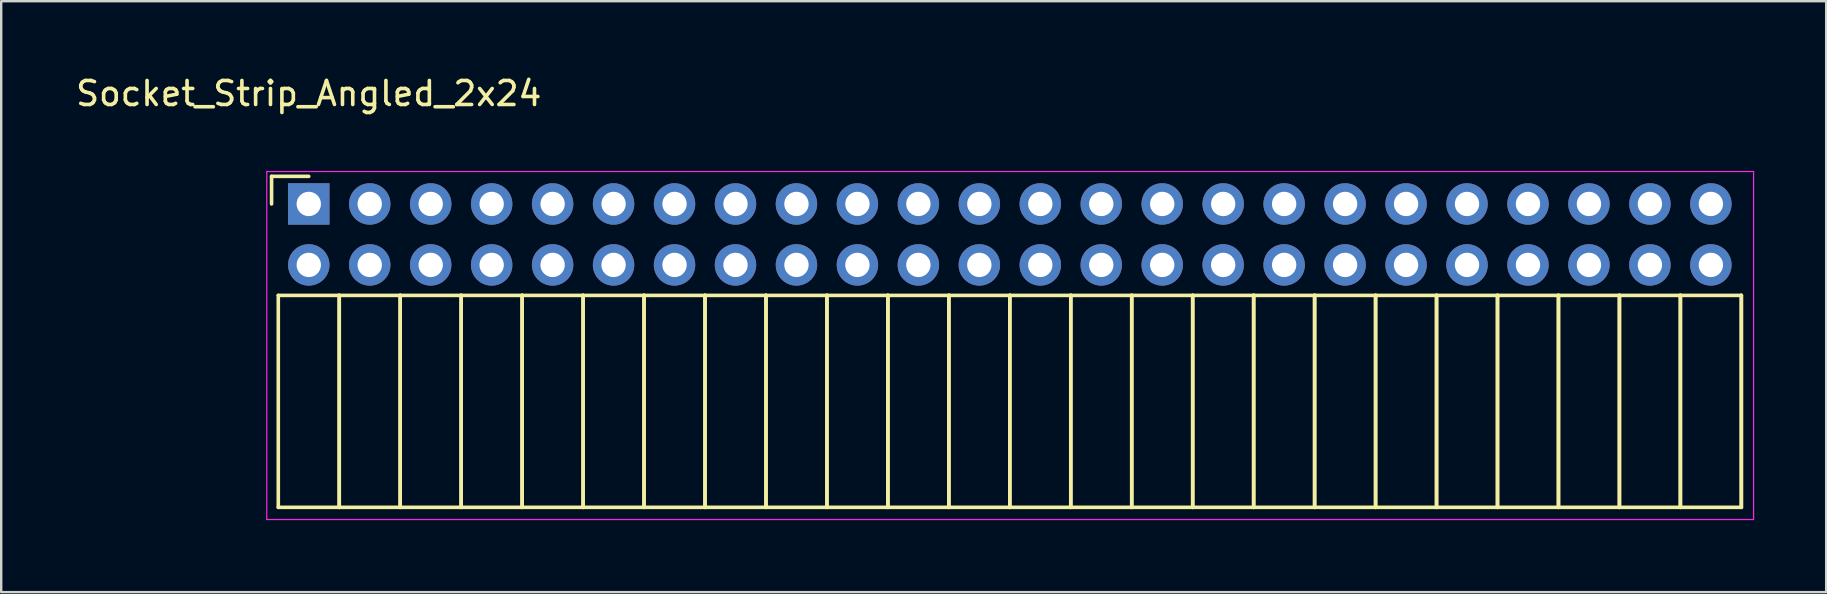
<source format=kicad_pcb>
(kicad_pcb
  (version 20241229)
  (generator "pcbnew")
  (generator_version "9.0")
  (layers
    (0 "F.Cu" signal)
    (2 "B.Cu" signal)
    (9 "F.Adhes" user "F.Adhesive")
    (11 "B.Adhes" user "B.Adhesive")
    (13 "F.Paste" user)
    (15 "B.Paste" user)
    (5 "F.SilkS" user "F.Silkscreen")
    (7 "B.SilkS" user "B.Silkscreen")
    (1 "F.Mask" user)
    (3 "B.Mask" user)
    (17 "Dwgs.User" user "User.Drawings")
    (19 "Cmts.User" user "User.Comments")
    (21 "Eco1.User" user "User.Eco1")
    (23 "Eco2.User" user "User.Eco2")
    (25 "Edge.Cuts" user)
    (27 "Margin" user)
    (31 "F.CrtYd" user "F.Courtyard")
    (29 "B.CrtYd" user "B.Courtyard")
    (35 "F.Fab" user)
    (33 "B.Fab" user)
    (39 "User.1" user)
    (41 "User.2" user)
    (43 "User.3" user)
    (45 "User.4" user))
  (footprint "Socket_Strip_Angled_2x24"
    (layer "F.Cu")
    (at 9.815 5.448)
    (property "Reference" "Socket_Strip_Angled_2x24" (at 0 -4.6 0) (layer "F.SilkS") (effects (font (size 1 1) (thickness 0.15))))
    (attr through_hole)
    (fp_line (start -1.55 -1.15) (end -1.55 0) (stroke (width 0.15) (type solid)) (layer "F.SilkS"))
    (fp_line (start -1.27 3.81) (end -1.27 12.64) (stroke (width 0.15) (type solid)) (layer "F.SilkS"))
    (fp_line (start -1.27 3.81) (end 1.27 3.81) (stroke (width 0.15) (type solid)) (layer "F.SilkS"))
    (fp_line (start -1.27 12.64) (end 1.27 12.64) (stroke (width 0.15) (type solid)) (layer "F.SilkS"))
    (fp_line (start 0 -1.15) (end -1.55 -1.15) (stroke (width 0.15) (type solid)) (layer "F.SilkS"))
    (fp_line (start 1.27 3.81) (end 1.27 12.64) (stroke (width 0.15) (type solid)) (layer "F.SilkS"))
    (fp_line (start 1.27 3.81) (end 3.81 3.81) (stroke (width 0.15) (type solid)) (layer "F.SilkS"))
    (fp_line (start 1.27 12.64) (end 1.27 3.81) (stroke (width 0.15) (type solid)) (layer "F.SilkS"))
    (fp_line (start 1.27 12.64) (end 3.81 12.64) (stroke (width 0.15) (type solid)) (layer "F.SilkS"))
    (fp_line (start 3.81 3.81) (end 3.81 12.64) (stroke (width 0.15) (type solid)) (layer "F.SilkS"))
    (fp_line (start 3.81 3.81) (end 6.35 3.81) (stroke (width 0.15) (type solid)) (layer "F.SilkS"))
    (fp_line (start 3.81 12.64) (end 3.81 3.81) (stroke (width 0.15) (type solid)) (layer "F.SilkS"))
    (fp_line (start 3.81 12.64) (end 6.35 12.64) (stroke (width 0.15) (type solid)) (layer "F.SilkS"))
    (fp_line (start 6.35 3.81) (end 6.35 12.64) (stroke (width 0.15) (type solid)) (layer "F.SilkS"))
    (fp_line (start 6.35 3.81) (end 8.89 3.81) (stroke (width 0.15) (type solid)) (layer "F.SilkS"))
    (fp_line (start 6.35 12.64) (end 6.35 3.81) (stroke (width 0.15) (type solid)) (layer "F.SilkS"))
    (fp_line (start 6.35 12.64) (end 8.89 12.64) (stroke (width 0.15) (type solid)) (layer "F.SilkS"))
    (fp_line (start 8.89 3.81) (end 8.89 12.64) (stroke (width 0.15) (type solid)) (layer "F.SilkS"))
    (fp_line (start 8.89 3.81) (end 11.43 3.81) (stroke (width 0.15) (type solid)) (layer "F.SilkS"))
    (fp_line (start 8.89 12.64) (end 8.89 3.81) (stroke (width 0.15) (type solid)) (layer "F.SilkS"))
    (fp_line (start 8.89 12.64) (end 11.43 12.64) (stroke (width 0.15) (type solid)) (layer "F.SilkS"))
    (fp_line (start 11.43 3.81) (end 11.43 12.64) (stroke (width 0.15) (type solid)) (layer "F.SilkS"))
    (fp_line (start 11.43 3.81) (end 13.97 3.81) (stroke (width 0.15) (type solid)) (layer "F.SilkS"))
    (fp_line (start 11.43 12.64) (end 11.43 3.81) (stroke (width 0.15) (type solid)) (layer "F.SilkS"))
    (fp_line (start 11.43 12.64) (end 13.97 12.64) (stroke (width 0.15) (type solid)) (layer "F.SilkS"))
    (fp_line (start 13.97 3.81) (end 13.97 12.64) (stroke (width 0.15) (type solid)) (layer "F.SilkS"))
    (fp_line (start 13.97 3.81) (end 16.51 3.81) (stroke (width 0.15) (type solid)) (layer "F.SilkS"))
    (fp_line (start 13.97 12.64) (end 13.97 3.81) (stroke (width 0.15) (type solid)) (layer "F.SilkS"))
    (fp_line (start 13.97 12.64) (end 16.51 12.64) (stroke (width 0.15) (type solid)) (layer "F.SilkS"))
    (fp_line (start 16.51 3.81) (end 16.51 12.64) (stroke (width 0.15) (type solid)) (layer "F.SilkS"))
    (fp_line (start 16.51 3.81) (end 19.05 3.81) (stroke (width 0.15) (type solid)) (layer "F.SilkS"))
    (fp_line (start 16.51 12.64) (end 16.51 3.81) (stroke (width 0.15) (type solid)) (layer "F.SilkS"))
    (fp_line (start 16.51 12.64) (end 19.05 12.64) (stroke (width 0.15) (type solid)) (layer "F.SilkS"))
    (fp_line (start 19.05 3.81) (end 19.05 12.64) (stroke (width 0.15) (type solid)) (layer "F.SilkS"))
    (fp_line (start 19.05 3.81) (end 21.59 3.81) (stroke (width 0.15) (type solid)) (layer "F.SilkS"))
    (fp_line (start 19.05 12.64) (end 19.05 3.81) (stroke (width 0.15) (type solid)) (layer "F.SilkS"))
    (fp_line (start 19.05 12.64) (end 21.59 12.64) (stroke (width 0.15) (type solid)) (layer "F.SilkS"))
    (fp_line (start 21.59 3.81) (end 21.59 12.64) (stroke (width 0.15) (type solid)) (layer "F.SilkS"))
    (fp_line (start 21.59 3.81) (end 24.13 3.81) (stroke (width 0.15) (type solid)) (layer "F.SilkS"))
    (fp_line (start 21.59 12.64) (end 21.59 3.81) (stroke (width 0.15) (type solid)) (layer "F.SilkS"))
    (fp_line (start 21.59 12.64) (end 24.13 12.64) (stroke (width 0.15) (type solid)) (layer "F.SilkS"))
    (fp_line (start 24.13 3.81) (end 24.13 12.64) (stroke (width 0.15) (type solid)) (layer "F.SilkS"))
    (fp_line (start 24.13 3.81) (end 26.67 3.81) (stroke (width 0.15) (type solid)) (layer "F.SilkS"))
    (fp_line (start 24.13 12.64) (end 24.13 3.81) (stroke (width 0.15) (type solid)) (layer "F.SilkS"))
    (fp_line (start 24.13 12.64) (end 26.67 12.64) (stroke (width 0.15) (type solid)) (layer "F.SilkS"))
    (fp_line (start 26.67 3.81) (end 26.67 12.64) (stroke (width 0.15) (type solid)) (layer "F.SilkS"))
    (fp_line (start 26.67 3.81) (end 29.21 3.81) (stroke (width 0.15) (type solid)) (layer "F.SilkS"))
    (fp_line (start 26.67 12.64) (end 26.67 3.81) (stroke (width 0.15) (type solid)) (layer "F.SilkS"))
    (fp_line (start 26.67 12.64) (end 29.21 12.64) (stroke (width 0.15) (type solid)) (layer "F.SilkS"))
    (fp_line (start 29.21 3.81) (end 29.21 12.64) (stroke (width 0.15) (type solid)) (layer "F.SilkS"))
    (fp_line (start 29.21 3.81) (end 31.75 3.81) (stroke (width 0.15) (type solid)) (layer "F.SilkS"))
    (fp_line (start 29.21 12.64) (end 29.21 3.81) (stroke (width 0.15) (type solid)) (layer "F.SilkS"))
    (fp_line (start 29.21 12.64) (end 31.75 12.64) (stroke (width 0.15) (type solid)) (layer "F.SilkS"))
    (fp_line (start 31.75 3.81) (end 31.75 12.64) (stroke (width 0.15) (type solid)) (layer "F.SilkS"))
    (fp_line (start 31.75 3.81) (end 34.29 3.81) (stroke (width 0.15) (type solid)) (layer "F.SilkS"))
    (fp_line (start 31.75 12.64) (end 31.75 3.81) (stroke (width 0.15) (type solid)) (layer "F.SilkS"))
    (fp_line (start 31.75 12.64) (end 34.29 12.64) (stroke (width 0.15) (type solid)) (layer "F.SilkS"))
    (fp_line (start 34.29 3.81) (end 34.29 12.64) (stroke (width 0.15) (type solid)) (layer "F.SilkS"))
    (fp_line (start 34.29 3.81) (end 36.83 3.81) (stroke (width 0.15) (type solid)) (layer "F.SilkS"))
    (fp_line (start 34.29 12.64) (end 34.29 3.81) (stroke (width 0.15) (type solid)) (layer "F.SilkS"))
    (fp_line (start 34.29 12.64) (end 36.83 12.64) (stroke (width 0.15) (type solid)) (layer "F.SilkS"))
    (fp_line (start 36.83 3.81) (end 36.83 12.64) (stroke (width 0.15) (type solid)) (layer "F.SilkS"))
    (fp_line (start 36.83 3.81) (end 39.37 3.81) (stroke (width 0.15) (type solid)) (layer "F.SilkS"))
    (fp_line (start 36.83 12.64) (end 36.83 3.81) (stroke (width 0.15) (type solid)) (layer "F.SilkS"))
    (fp_line (start 36.83 12.64) (end 39.37 12.64) (stroke (width 0.15) (type solid)) (layer "F.SilkS"))
    (fp_line (start 39.37 3.81) (end 39.37 12.64) (stroke (width 0.15) (type solid)) (layer "F.SilkS"))
    (fp_line (start 39.37 3.81) (end 41.91 3.81) (stroke (width 0.15) (type solid)) (layer "F.SilkS"))
    (fp_line (start 39.37 12.64) (end 39.37 3.81) (stroke (width 0.15) (type solid)) (layer "F.SilkS"))
    (fp_line (start 39.37 12.64) (end 41.91 12.64) (stroke (width 0.15) (type solid)) (layer "F.SilkS"))
    (fp_line (start 41.91 3.81) (end 41.91 12.64) (stroke (width 0.15) (type solid)) (layer "F.SilkS"))
    (fp_line (start 41.91 3.81) (end 44.45 3.81) (stroke (width 0.15) (type solid)) (layer "F.SilkS"))
    (fp_line (start 41.91 12.64) (end 41.91 3.81) (stroke (width 0.15) (type solid)) (layer "F.SilkS"))
    (fp_line (start 41.91 12.64) (end 44.45 12.64) (stroke (width 0.15) (type solid)) (layer "F.SilkS"))
    (fp_line (start 44.45 3.81) (end 44.45 12.64) (stroke (width 0.15) (type solid)) (layer "F.SilkS"))
    (fp_line (start 44.45 3.81) (end 46.99 3.81) (stroke (width 0.15) (type solid)) (layer "F.SilkS"))
    (fp_line (start 44.45 12.64) (end 44.45 3.81) (stroke (width 0.15) (type solid)) (layer "F.SilkS"))
    (fp_line (start 44.45 12.64) (end 46.99 12.64) (stroke (width 0.15) (type solid)) (layer "F.SilkS"))
    (fp_line (start 46.99 3.81) (end 46.99 12.64) (stroke (width 0.15) (type solid)) (layer "F.SilkS"))
    (fp_line (start 46.99 3.81) (end 49.53 3.81) (stroke (width 0.15) (type solid)) (layer "F.SilkS"))
    (fp_line (start 46.99 12.64) (end 46.99 3.81) (stroke (width 0.15) (type solid)) (layer "F.SilkS"))
    (fp_line (start 46.99 12.64) (end 49.53 12.64) (stroke (width 0.15) (type solid)) (layer "F.SilkS"))
    (fp_line (start 49.53 3.81) (end 49.53 12.64) (stroke (width 0.15) (type solid)) (layer "F.SilkS"))
    (fp_line (start 49.53 3.81) (end 52.07 3.81) (stroke (width 0.15) (type solid)) (layer "F.SilkS"))
    (fp_line (start 49.53 12.64) (end 49.53 3.81) (stroke (width 0.15) (type solid)) (layer "F.SilkS"))
    (fp_line (start 49.53 12.64) (end 52.07 12.64) (stroke (width 0.15) (type solid)) (layer "F.SilkS"))
    (fp_line (start 52.07 3.81) (end 52.07 12.64) (stroke (width 0.15) (type solid)) (layer "F.SilkS"))
    (fp_line (start 52.07 3.81) (end 54.61 3.81) (stroke (width 0.15) (type solid)) (layer "F.SilkS"))
    (fp_line (start 52.07 12.64) (end 52.07 3.81) (stroke (width 0.15) (type solid)) (layer "F.SilkS"))
    (fp_line (start 52.07 12.64) (end 54.61 12.64) (stroke (width 0.15) (type solid)) (layer "F.SilkS"))
    (fp_line (start 54.61 3.81) (end 54.61 12.64) (stroke (width 0.15) (type solid)) (layer "F.SilkS"))
    (fp_line (start 54.61 3.81) (end 57.15 3.81) (stroke (width 0.15) (type solid)) (layer "F.SilkS"))
    (fp_line (start 54.61 12.64) (end 54.61 3.81) (stroke (width 0.15) (type solid)) (layer "F.SilkS"))
    (fp_line (start 54.61 12.64) (end 57.15 12.64) (stroke (width 0.15) (type solid)) (layer "F.SilkS"))
    (fp_line (start 57.15 3.81) (end 57.15 12.64) (stroke (width 0.15) (type solid)) (layer "F.SilkS"))
    (fp_line (start 57.15 3.81) (end 59.69 3.81) (stroke (width 0.15) (type solid)) (layer "F.SilkS"))
    (fp_line (start 57.15 12.64) (end 57.15 3.81) (stroke (width 0.15) (type solid)) (layer "F.SilkS"))
    (fp_line (start 57.15 12.64) (end 59.69 12.64) (stroke (width 0.15) (type solid)) (layer "F.SilkS"))
    (fp_line (start 59.69 3.81) (end 59.69 12.64) (stroke (width 0.15) (type solid)) (layer "F.SilkS"))
    (fp_line (start 59.69 12.64) (end 59.69 3.81) (stroke (width 0.15) (type solid)) (layer "F.SilkS"))
    (fp_line (start -1.75 -1.35) (end -1.75 13.15) (stroke (width 0.05) (type solid)) (layer "F.CrtYd"))
    (fp_line (start -1.75 -1.35) (end 60.2 -1.35) (stroke (width 0.05) (type solid)) (layer "F.CrtYd"))
    (fp_line (start -1.75 13.15) (end 60.2 13.15) (stroke (width 0.05) (type solid)) (layer "F.CrtYd"))
    (fp_line (start 60.2 -1.35) (end 60.2 13.15) (stroke (width 0.05) (type solid)) (layer "F.CrtYd"))
    (pad "1" thru_hole rect (at 0 0) (size 1.727 1.727) (drill 1.016) (layers "*.Cu" "*.Mask"))
    (pad "2" thru_hole oval (at 0 2.54) (size 1.727 1.727) (drill 1.016) (layers "*.Cu" "*.Mask"))
    (pad "3" thru_hole oval (at 2.54 0) (size 1.727 1.727) (drill 1.016) (layers "*.Cu" "*.Mask"))
    (pad "4" thru_hole oval (at 2.54 2.54) (size 1.727 1.727) (drill 1.016) (layers "*.Cu" "*.Mask"))
    (pad "5" thru_hole oval (at 5.08 0) (size 1.727 1.727) (drill 1.016) (layers "*.Cu" "*.Mask"))
    (pad "6" thru_hole oval (at 5.08 2.54) (size 1.727 1.727) (drill 1.016) (layers "*.Cu" "*.Mask"))
    (pad "7" thru_hole oval (at 7.62 0) (size 1.727 1.727) (drill 1.016) (layers "*.Cu" "*.Mask"))
    (pad "8" thru_hole oval (at 7.62 2.54) (size 1.727 1.727) (drill 1.016) (layers "*.Cu" "*.Mask"))
    (pad "9" thru_hole oval (at 10.16 0) (size 1.727 1.727) (drill 1.016) (layers "*.Cu" "*.Mask"))
    (pad "10" thru_hole oval (at 10.16 2.54) (size 1.727 1.727) (drill 1.016) (layers "*.Cu" "*.Mask"))
    (pad "11" thru_hole oval (at 12.7 0) (size 1.727 1.727) (drill 1.016) (layers "*.Cu" "*.Mask"))
    (pad "12" thru_hole oval (at 12.7 2.54) (size 1.727 1.727) (drill 1.016) (layers "*.Cu" "*.Mask"))
    (pad "13" thru_hole oval (at 15.24 0) (size 1.727 1.727) (drill 1.016) (layers "*.Cu" "*.Mask"))
    (pad "14" thru_hole oval (at 15.24 2.54) (size 1.727 1.727) (drill 1.016) (layers "*.Cu" "*.Mask"))
    (pad "15" thru_hole oval (at 17.78 0) (size 1.727 1.727) (drill 1.016) (layers "*.Cu" "*.Mask"))
    (pad "16" thru_hole oval (at 17.78 2.54) (size 1.727 1.727) (drill 1.016) (layers "*.Cu" "*.Mask"))
    (pad "17" thru_hole oval (at 20.32 0) (size 1.727 1.727) (drill 1.016) (layers "*.Cu" "*.Mask"))
    (pad "18" thru_hole oval (at 20.32 2.54) (size 1.727 1.727) (drill 1.016) (layers "*.Cu" "*.Mask"))
    (pad "19" thru_hole oval (at 22.86 0) (size 1.727 1.727) (drill 1.016) (layers "*.Cu" "*.Mask"))
    (pad "20" thru_hole oval (at 22.86 2.54) (size 1.727 1.727) (drill 1.016) (layers "*.Cu" "*.Mask"))
    (pad "21" thru_hole oval (at 25.4 0) (size 1.727 1.727) (drill 1.016) (layers "*.Cu" "*.Mask"))
    (pad "22" thru_hole oval (at 25.4 2.54) (size 1.727 1.727) (drill 1.016) (layers "*.Cu" "*.Mask"))
    (pad "23" thru_hole oval (at 27.94 0) (size 1.727 1.727) (drill 1.016) (layers "*.Cu" "*.Mask"))
    (pad "24" thru_hole oval (at 27.94 2.54) (size 1.727 1.727) (drill 1.016) (layers "*.Cu" "*.Mask"))
    (pad "25" thru_hole oval (at 30.48 0) (size 1.727 1.727) (drill 1.016) (layers "*.Cu" "*.Mask"))
    (pad "26" thru_hole oval (at 30.48 2.54) (size 1.727 1.727) (drill 1.016) (layers "*.Cu" "*.Mask"))
    (pad "27" thru_hole oval (at 33.02 0) (size 1.727 1.727) (drill 1.016) (layers "*.Cu" "*.Mask"))
    (pad "28" thru_hole oval (at 33.02 2.54) (size 1.727 1.727) (drill 1.016) (layers "*.Cu" "*.Mask"))
    (pad "29" thru_hole oval (at 35.56 0) (size 1.727 1.727) (drill 1.016) (layers "*.Cu" "*.Mask"))
    (pad "30" thru_hole oval (at 35.56 2.54) (size 1.727 1.727) (drill 1.016) (layers "*.Cu" "*.Mask"))
    (pad "31" thru_hole oval (at 38.1 0) (size 1.727 1.727) (drill 1.016) (layers "*.Cu" "*.Mask"))
    (pad "32" thru_hole oval (at 38.1 2.54) (size 1.727 1.727) (drill 1.016) (layers "*.Cu" "*.Mask"))
    (pad "33" thru_hole oval (at 40.64 0) (size 1.727 1.727) (drill 1.016) (layers "*.Cu" "*.Mask"))
    (pad "34" thru_hole oval (at 40.64 2.54) (size 1.727 1.727) (drill 1.016) (layers "*.Cu" "*.Mask"))
    (pad "35" thru_hole oval (at 43.18 0) (size 1.727 1.727) (drill 1.016) (layers "*.Cu" "*.Mask"))
    (pad "36" thru_hole oval (at 43.18 2.54) (size 1.727 1.727) (drill 1.016) (layers "*.Cu" "*.Mask"))
    (pad "37" thru_hole oval (at 45.72 0) (size 1.727 1.727) (drill 1.016) (layers "*.Cu" "*.Mask"))
    (pad "38" thru_hole oval (at 45.72 2.54) (size 1.727 1.727) (drill 1.016) (layers "*.Cu" "*.Mask"))
    (pad "39" thru_hole oval (at 48.26 0) (size 1.727 1.727) (drill 1.016) (layers "*.Cu" "*.Mask"))
    (pad "40" thru_hole oval (at 48.26 2.54) (size 1.727 1.727) (drill 1.016) (layers "*.Cu" "*.Mask"))
    (pad "41" thru_hole oval (at 50.8 0) (size 1.727 1.727) (drill 1.016) (layers "*.Cu" "*.Mask"))
    (pad "42" thru_hole oval (at 50.8 2.54) (size 1.727 1.727) (drill 1.016) (layers "*.Cu" "*.Mask"))
    (pad "43" thru_hole oval (at 53.34 0) (size 1.727 1.727) (drill 1.016) (layers "*.Cu" "*.Mask"))
    (pad "44" thru_hole oval (at 53.34 2.54) (size 1.727 1.727) (drill 1.016) (layers "*.Cu" "*.Mask"))
    (pad "45" thru_hole oval (at 55.88 0) (size 1.727 1.727) (drill 1.016) (layers "*.Cu" "*.Mask"))
    (pad "46" thru_hole oval (at 55.88 2.54) (size 1.727 1.727) (drill 1.016) (layers "*.Cu" "*.Mask"))
    (pad "47" thru_hole oval (at 58.42 0) (size 1.727 1.727) (drill 1.016) (layers "*.Cu" "*.Mask"))
    (pad "48" thru_hole oval (at 58.42 2.54) (size 1.727 1.727) (drill 1.016) (layers "*.Cu" "*.Mask")))
  (gr_rect
    (start -3 -3)
    (end 73.04 21.623)
    (stroke (width 0.1) (type default))
    (fill no)
    (layer "Edge.Cuts")))
</source>
